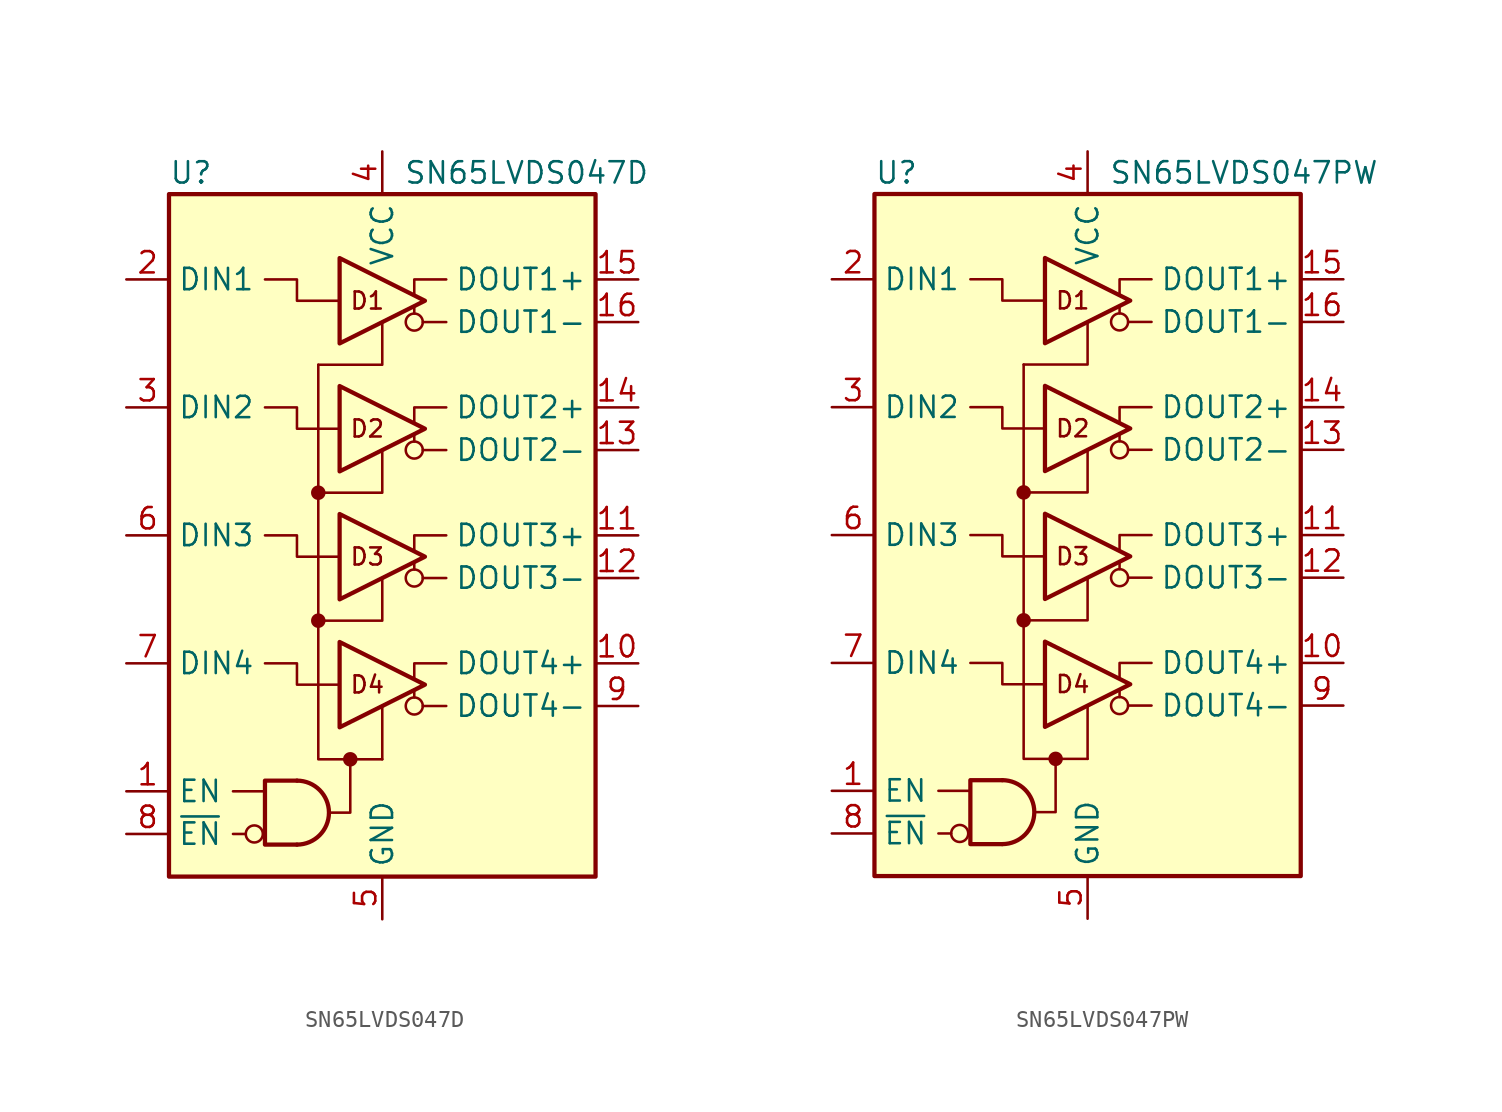
<source format=kicad_sym>
(kicad_symbol_lib
  (version 20201005)
  (generator kicad_symbol_editor)
  (symbol "SN65LVDS047D"
    (property "Reference" "U"
      (at -12.7 21.59 0)
      (effects (font (size 1.27 1.27)) (justify left)))
    (property "Value" "SN65LVDS047D"
      (at 1.27 21.59 0)
      (effects (font (size 1.27 1.27)) (justify left)))
    (symbol "SN65LVDS047D_0_1"
      (polyline (pts (xy 1.905 -9.652) (xy 1.905 -9.271)) (stroke (width 0)) (fill (type none)))
      (polyline (pts (xy 1.905 -2.032) (xy 1.905 -1.651)) (stroke (width 0)) (fill (type none)))
      (polyline (pts (xy 1.905 5.588) (xy 1.905 5.969)) (stroke (width 0)) (fill (type none)))
      (polyline (pts (xy 1.905 13.208) (xy 1.905 13.589)) (stroke (width 0)) (fill (type none)))
      (polyline (pts (xy 0 12.7) (xy 0 10.16) (xy -3.81 10.16)) (stroke (width 0)) (fill (type none)))
      (polyline (pts (xy 3.81 0) (xy 1.905 0) (xy 1.905 -0.889)) (stroke (width 0)) (fill (type none)))
      (polyline (pts (xy -1.905 -13.335) (xy -1.905 -16.51) (xy -2.54 -16.51) (xy -3.175 -16.51)) (stroke (width 0)) (fill (type none)))
      (polyline (pts (xy 0 -13.335) (xy -2.54 -13.335) (xy -3.81 -13.335) (xy -3.81 10.16)) (stroke (width 0)) (fill (type none))))
    (symbol "SN65LVDS047D_1_0"
      (circle (center -7.62 -17.78) (radius 0.508) (stroke (width 0)) (fill (type none)))
      (circle (center -3.81 -5.08) (radius 0.356) (stroke (width 0)) (fill (type outline)))
      (circle (center -3.81 2.54) (radius 0.356) (stroke (width 0)) (fill (type outline)))
      (circle (center -1.905 -13.335) (radius 0.356) (stroke (width 0)) (fill (type outline)))
      (circle (center 1.905 -10.16) (radius 0.508) (stroke (width 0)) (fill (type none)))
      (circle (center 1.905 -2.54) (radius 0.508) (stroke (width 0)) (fill (type none)))
      (circle (center 1.905 5.08) (radius 0.508) (stroke (width 0)) (fill (type none)))
      (circle (center 1.905 12.7) (radius 0.508) (stroke (width 0)) (fill (type none)))
      (text "D1" (at -0.889 13.97 0) (effects (font (size 1.016 1.016))))
      (text "D2" (at -0.889 6.35 0) (effects (font (size 1.016 1.016))))
      (text "D3" (at -0.889 -1.27 0) (effects (font (size 1.016 1.016))))
      (text "D4" (at -0.889 -8.89 0) (effects (font (size 1.016 1.016))))
      (rectangle (start -12.7 20.32) (end 12.7 -20.32) (stroke (width 0.254)) (fill (type background)))
      (polyline (pts (xy 0 -13.335) (xy 0 -10.16)) (stroke (width 0)) (fill (type none)))
      (polyline (pts (xy 3.81 -10.16) (xy 2.413 -10.16)) (stroke (width 0)) (fill (type none)))
      (polyline (pts (xy 3.81 -2.54) (xy 2.413 -2.54)) (stroke (width 0)) (fill (type none)))
      (polyline (pts (xy 3.81 5.08) (xy 2.413 5.08)) (stroke (width 0)) (fill (type none)))
      (polyline (pts (xy 3.81 12.7) (xy 2.413 12.7)) (stroke (width 0)) (fill (type none)))
      (polyline (pts (xy -3.81 -5.08) (xy 0 -5.08) (xy 0 -2.54)) (stroke (width 0)) (fill (type none)))
      (polyline (pts (xy -3.81 2.54) (xy 0 2.54) (xy 0 5.08)) (stroke (width 0)) (fill (type none)))
      (polyline (pts (xy 1.905 -8.509) (xy 1.905 -7.62) (xy 3.81 -7.62)) (stroke (width 0)) (fill (type none)))
      (polyline (pts (xy 1.905 6.731) (xy 1.905 7.62) (xy 3.81 7.62)) (stroke (width 0)) (fill (type none)))
      (polyline (pts (xy 1.905 14.351) (xy 1.905 15.24) (xy 3.81 15.24)) (stroke (width 0)) (fill (type none)))
      (polyline (pts (xy -2.54 -8.89) (xy -5.08 -8.89) (xy -5.08 -7.62) (xy -6.985 -7.62)) (stroke (width 0)) (fill (type none)))
      (polyline (pts (xy -2.54 -1.27) (xy -5.08 -1.27) (xy -5.08 0) (xy -6.985 0)) (stroke (width 0)) (fill (type none)))
      (polyline (pts (xy -2.54 6.35) (xy -5.08 6.35) (xy -5.08 7.62) (xy -6.985 7.62)) (stroke (width 0)) (fill (type none)))
      (polyline (pts (xy -2.54 13.97) (xy -5.08 13.97) (xy -5.08 15.24) (xy -6.985 15.24)) (stroke (width 0)) (fill (type none))))
    (symbol "SN65LVDS047D_1_1"
      (arc (start -5.08 -18.415) (end -5.08 -14.605) (radius (at -5.08 -16.51) (length 1.905) (angles -89.9 89.9)) (stroke (width 0.254)) (fill (type none)))
      (polyline (pts (xy -8.89 -17.78) (xy -8.128 -17.78)) (stroke (width 0)) (fill (type none)))
      (polyline (pts (xy -8.89 -15.24) (xy -6.985 -15.24)) (stroke (width 0)) (fill (type none)))
      (polyline (pts (xy -5.08 -14.605) (xy -6.985 -14.605) (xy -6.985 -18.415) (xy -5.08 -18.415)) (stroke (width 0.254)) (fill (type none)))
      (polyline (pts (xy -2.54 -6.35) (xy -2.54 -11.43) (xy 2.54 -8.89) (xy -2.54 -6.35)) (stroke (width 0.254)) (fill (type none)))
      (polyline (pts (xy -2.54 1.27) (xy -2.54 -3.81) (xy 2.54 -1.27) (xy -2.54 1.27)) (stroke (width 0.254)) (fill (type none)))
      (polyline (pts (xy -2.54 8.89) (xy -2.54 3.81) (xy 2.54 6.35) (xy -2.54 8.89)) (stroke (width 0.254)) (fill (type none)))
      (polyline (pts (xy -2.54 16.51) (xy -2.54 11.43) (xy 2.54 13.97) (xy -2.54 16.51)) (stroke (width 0.254)) (fill (type none)))
      (pin input line (at -15.24 -15.24 0) (length 2.54) (name "EN" (effects (font (size 1.27 1.27)))) (number "1" (effects (font (size 1.27 1.27)))))
      (pin output line (at 15.24 -7.62 180) (length 2.54) (name "DOUT4+" (effects (font (size 1.27 1.27)))) (number "10" (effects (font (size 1.27 1.27)))))
      (pin output line (at 15.24 0 180) (length 2.54) (name "DOUT3+" (effects (font (size 1.27 1.27)))) (number "11" (effects (font (size 1.27 1.27)))))
      (pin output line (at 15.24 -2.54 180) (length 2.54) (name "DOUT3-" (effects (font (size 1.27 1.27)))) (number "12" (effects (font (size 1.27 1.27)))))
      (pin output line (at 15.24 5.08 180) (length 2.54) (name "DOUT2-" (effects (font (size 1.27 1.27)))) (number "13" (effects (font (size 1.27 1.27)))))
      (pin output line (at 15.24 7.62 180) (length 2.54) (name "DOUT2+" (effects (font (size 1.27 1.27)))) (number "14" (effects (font (size 1.27 1.27)))))
      (pin output line (at 15.24 15.24 180) (length 2.54) (name "DOUT1+" (effects (font (size 1.27 1.27)))) (number "15" (effects (font (size 1.27 1.27)))))
      (pin output line (at 15.24 12.7 180) (length 2.54) (name "DOUT1-" (effects (font (size 1.27 1.27)))) (number "16" (effects (font (size 1.27 1.27)))))
      (pin input line (at -15.24 15.24 0) (length 2.54) (name "DIN1" (effects (font (size 1.27 1.27)))) (number "2" (effects (font (size 1.27 1.27)))))
      (pin input line (at -15.24 7.62 0) (length 2.54) (name "DIN2" (effects (font (size 1.27 1.27)))) (number "3" (effects (font (size 1.27 1.27)))))
      (pin power_in line (at 0 22.86 270) (length 2.54) (name "VCC" (effects (font (size 1.27 1.27)))) (number "4" (effects (font (size 1.27 1.27)))))
      (pin power_in line (at 0 -22.86 90) (length 2.54) (name "GND" (effects (font (size 1.27 1.27)))) (number "5" (effects (font (size 1.27 1.27)))))
      (pin input line (at -15.24 0 0) (length 2.54) (name "DIN3" (effects (font (size 1.27 1.27)))) (number "6" (effects (font (size 1.27 1.27)))))
      (pin input line (at -15.24 -7.62 0) (length 2.54) (name "DIN4" (effects (font (size 1.27 1.27)))) (number "7" (effects (font (size 1.27 1.27)))))
      (pin input line (at -15.24 -17.78 0) (length 2.54) (name "~EN" (effects (font (size 1.27 1.27)))) (number "8" (effects (font (size 1.27 1.27)))))
      (pin output line (at 15.24 -10.16 180) (length 2.54) (name "DOUT4-" (effects (font (size 1.27 1.27)))) (number "9" (effects (font (size 1.27 1.27)))))))
  (symbol "SN65LVDS047PW"
    (property "Reference" "U"
      (at -12.7 21.59 0)
      (effects (font (size 1.27 1.27)) (justify left)))
    (property "Value" "SN65LVDS047PW"
      (at 1.27 21.59 0)
      (effects (font (size 1.27 1.27)) (justify left)))
    (symbol "SN65LVDS047PW_0_1"
      (polyline (pts (xy 1.905 -9.652) (xy 1.905 -9.271)) (stroke (width 0)) (fill (type none)))
      (polyline (pts (xy 1.905 -2.032) (xy 1.905 -1.651)) (stroke (width 0)) (fill (type none)))
      (polyline (pts (xy 1.905 5.588) (xy 1.905 5.969)) (stroke (width 0)) (fill (type none)))
      (polyline (pts (xy 1.905 13.208) (xy 1.905 13.589)) (stroke (width 0)) (fill (type none)))
      (polyline (pts (xy 0 12.7) (xy 0 10.16) (xy -3.81 10.16)) (stroke (width 0)) (fill (type none)))
      (polyline (pts (xy 3.81 0) (xy 1.905 0) (xy 1.905 -0.889)) (stroke (width 0)) (fill (type none)))
      (polyline (pts (xy -1.905 -13.335) (xy -1.905 -16.51) (xy -2.54 -16.51) (xy -3.175 -16.51)) (stroke (width 0)) (fill (type none)))
      (polyline (pts (xy 0 -13.335) (xy -2.54 -13.335) (xy -3.81 -13.335) (xy -3.81 10.16)) (stroke (width 0)) (fill (type none))))
    (symbol "SN65LVDS047PW_1_0"
      (circle (center -7.62 -17.78) (radius 0.508) (stroke (width 0)) (fill (type none)))
      (circle (center -3.81 -5.08) (radius 0.356) (stroke (width 0)) (fill (type outline)))
      (circle (center -3.81 2.54) (radius 0.356) (stroke (width 0)) (fill (type outline)))
      (circle (center -1.905 -13.335) (radius 0.356) (stroke (width 0)) (fill (type outline)))
      (circle (center 1.905 -10.16) (radius 0.508) (stroke (width 0)) (fill (type none)))
      (circle (center 1.905 -2.54) (radius 0.508) (stroke (width 0)) (fill (type none)))
      (circle (center 1.905 5.08) (radius 0.508) (stroke (width 0)) (fill (type none)))
      (circle (center 1.905 12.7) (radius 0.508) (stroke (width 0)) (fill (type none)))
      (text "D1" (at -0.889 13.97 0) (effects (font (size 1.016 1.016))))
      (text "D2" (at -0.889 6.35 0) (effects (font (size 1.016 1.016))))
      (text "D3" (at -0.889 -1.27 0) (effects (font (size 1.016 1.016))))
      (text "D4" (at -0.889 -8.89 0) (effects (font (size 1.016 1.016))))
      (rectangle (start -12.7 20.32) (end 12.7 -20.32) (stroke (width 0.254)) (fill (type background)))
      (polyline (pts (xy 0 -13.335) (xy 0 -10.16)) (stroke (width 0)) (fill (type none)))
      (polyline (pts (xy 3.81 -10.16) (xy 2.413 -10.16)) (stroke (width 0)) (fill (type none)))
      (polyline (pts (xy 3.81 -2.54) (xy 2.413 -2.54)) (stroke (width 0)) (fill (type none)))
      (polyline (pts (xy 3.81 5.08) (xy 2.413 5.08)) (stroke (width 0)) (fill (type none)))
      (polyline (pts (xy 3.81 12.7) (xy 2.413 12.7)) (stroke (width 0)) (fill (type none)))
      (polyline (pts (xy -3.81 -5.08) (xy 0 -5.08) (xy 0 -2.54)) (stroke (width 0)) (fill (type none)))
      (polyline (pts (xy -3.81 2.54) (xy 0 2.54) (xy 0 5.08)) (stroke (width 0)) (fill (type none)))
      (polyline (pts (xy 1.905 -8.509) (xy 1.905 -7.62) (xy 3.81 -7.62)) (stroke (width 0)) (fill (type none)))
      (polyline (pts (xy 1.905 6.731) (xy 1.905 7.62) (xy 3.81 7.62)) (stroke (width 0)) (fill (type none)))
      (polyline (pts (xy 1.905 14.351) (xy 1.905 15.24) (xy 3.81 15.24)) (stroke (width 0)) (fill (type none)))
      (polyline (pts (xy -2.54 -8.89) (xy -5.08 -8.89) (xy -5.08 -7.62) (xy -6.985 -7.62)) (stroke (width 0)) (fill (type none)))
      (polyline (pts (xy -2.54 -1.27) (xy -5.08 -1.27) (xy -5.08 0) (xy -6.985 0)) (stroke (width 0)) (fill (type none)))
      (polyline (pts (xy -2.54 6.35) (xy -5.08 6.35) (xy -5.08 7.62) (xy -6.985 7.62)) (stroke (width 0)) (fill (type none)))
      (polyline (pts (xy -2.54 13.97) (xy -5.08 13.97) (xy -5.08 15.24) (xy -6.985 15.24)) (stroke (width 0)) (fill (type none))))
    (symbol "SN65LVDS047PW_1_1"
      (arc (start -5.08 -18.415) (end -5.08 -14.605) (radius (at -5.08 -16.51) (length 1.905) (angles -89.9 89.9)) (stroke (width 0.254)) (fill (type none)))
      (polyline (pts (xy -8.89 -17.78) (xy -8.128 -17.78)) (stroke (width 0)) (fill (type none)))
      (polyline (pts (xy -8.89 -15.24) (xy -6.985 -15.24)) (stroke (width 0)) (fill (type none)))
      (polyline (pts (xy -5.08 -14.605) (xy -6.985 -14.605) (xy -6.985 -18.415) (xy -5.08 -18.415)) (stroke (width 0.254)) (fill (type none)))
      (polyline (pts (xy -2.54 -6.35) (xy -2.54 -11.43) (xy 2.54 -8.89) (xy -2.54 -6.35)) (stroke (width 0.254)) (fill (type none)))
      (polyline (pts (xy -2.54 1.27) (xy -2.54 -3.81) (xy 2.54 -1.27) (xy -2.54 1.27)) (stroke (width 0.254)) (fill (type none)))
      (polyline (pts (xy -2.54 8.89) (xy -2.54 3.81) (xy 2.54 6.35) (xy -2.54 8.89)) (stroke (width 0.254)) (fill (type none)))
      (polyline (pts (xy -2.54 16.51) (xy -2.54 11.43) (xy 2.54 13.97) (xy -2.54 16.51)) (stroke (width 0.254)) (fill (type none)))
      (pin input line (at -15.24 -15.24 0) (length 2.54) (name "EN" (effects (font (size 1.27 1.27)))) (number "1" (effects (font (size 1.27 1.27)))))
      (pin output line (at 15.24 -7.62 180) (length 2.54) (name "DOUT4+" (effects (font (size 1.27 1.27)))) (number "10" (effects (font (size 1.27 1.27)))))
      (pin output line (at 15.24 0 180) (length 2.54) (name "DOUT3+" (effects (font (size 1.27 1.27)))) (number "11" (effects (font (size 1.27 1.27)))))
      (pin output line (at 15.24 -2.54 180) (length 2.54) (name "DOUT3-" (effects (font (size 1.27 1.27)))) (number "12" (effects (font (size 1.27 1.27)))))
      (pin output line (at 15.24 5.08 180) (length 2.54) (name "DOUT2-" (effects (font (size 1.27 1.27)))) (number "13" (effects (font (size 1.27 1.27)))))
      (pin output line (at 15.24 7.62 180) (length 2.54) (name "DOUT2+" (effects (font (size 1.27 1.27)))) (number "14" (effects (font (size 1.27 1.27)))))
      (pin output line (at 15.24 15.24 180) (length 2.54) (name "DOUT1+" (effects (font (size 1.27 1.27)))) (number "15" (effects (font (size 1.27 1.27)))))
      (pin output line (at 15.24 12.7 180) (length 2.54) (name "DOUT1-" (effects (font (size 1.27 1.27)))) (number "16" (effects (font (size 1.27 1.27)))))
      (pin input line (at -15.24 15.24 0) (length 2.54) (name "DIN1" (effects (font (size 1.27 1.27)))) (number "2" (effects (font (size 1.27 1.27)))))
      (pin input line (at -15.24 7.62 0) (length 2.54) (name "DIN2" (effects (font (size 1.27 1.27)))) (number "3" (effects (font (size 1.27 1.27)))))
      (pin power_in line (at 0 22.86 270) (length 2.54) (name "VCC" (effects (font (size 1.27 1.27)))) (number "4" (effects (font (size 1.27 1.27)))))
      (pin power_in line (at 0 -22.86 90) (length 2.54) (name "GND" (effects (font (size 1.27 1.27)))) (number "5" (effects (font (size 1.27 1.27)))))
      (pin input line (at -15.24 0 0) (length 2.54) (name "DIN3" (effects (font (size 1.27 1.27)))) (number "6" (effects (font (size 1.27 1.27)))))
      (pin input line (at -15.24 -7.62 0) (length 2.54) (name "DIN4" (effects (font (size 1.27 1.27)))) (number "7" (effects (font (size 1.27 1.27)))))
      (pin input line (at -15.24 -17.78 0) (length 2.54) (name "~EN" (effects (font (size 1.27 1.27)))) (number "8" (effects (font (size 1.27 1.27)))))
      (pin output line (at 15.24 -10.16 180) (length 2.54) (name "DOUT4-" (effects (font (size 1.27 1.27)))) (number "9" (effects (font (size 1.27 1.27))))))))
</source>
